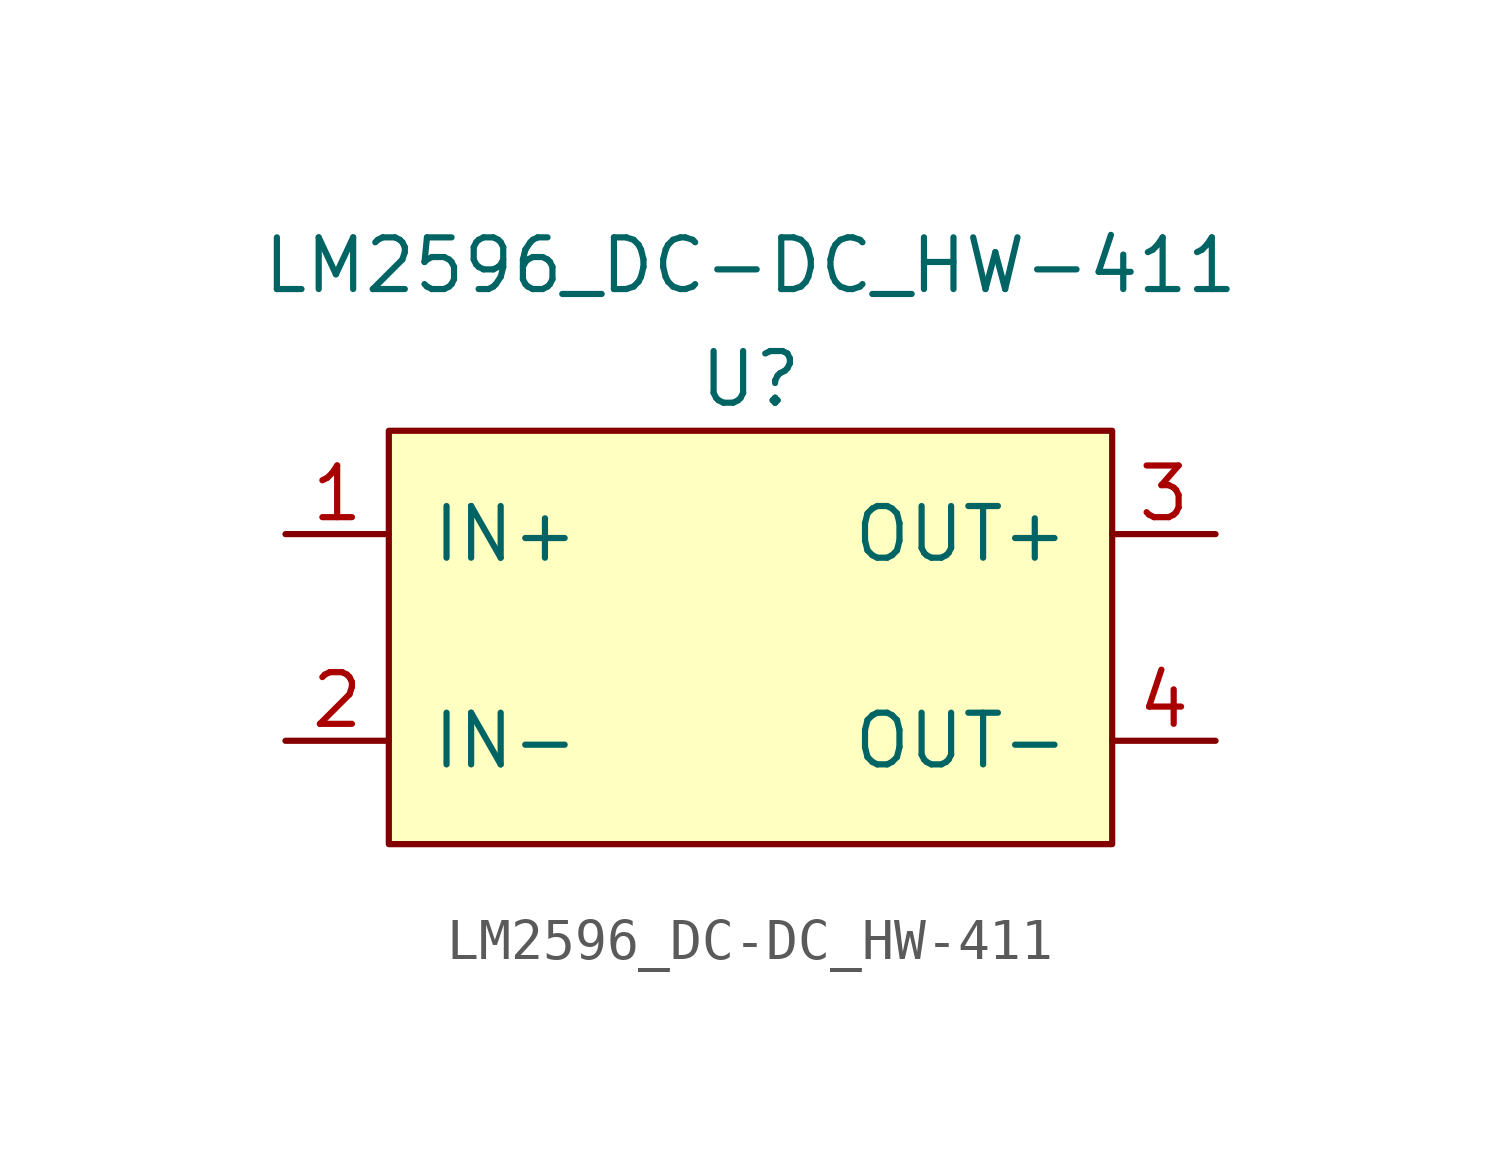
<source format=kicad_sym>
(kicad_symbol_lib
  (version 20231120)
  (generator "kicad_symbol_editor")
  (generator_version "8.0")
  (symbol "LM2596_DC-DC_HW-411"
    (pin_names
      (offset 1.016))
    (property "Reference" "U"
      (at 0 6.35 0)
      (effects (font (size 1.27 1.27))))
    (property "Value" "LM2596_DC-DC_HW-411"
      (at 0 9.144 0)
      (effects (font (size 1.27 1.27))))
    (symbol "LM2596_DC-DC_HW-411_0_1"
      (rectangle (start -8.89 5.08) (end 8.89 -5.08) (stroke (width 0) (type solid)) (fill (type background))))
    (symbol "LM2596_DC-DC_HW-411_1_1"
      (pin power_in line (at -11.43 2.54 0) (length 2.54) (name "IN+" (effects (font (size 1.27 1.27)))) (number "1" (effects (font (size 1.27 1.27)))))
      (pin power_in line (at -11.43 -2.54 0) (length 2.54) (name "IN-" (effects (font (size 1.27 1.27)))) (number "2" (effects (font (size 1.27 1.27)))))
      (pin power_out line (at 11.43 2.54 180) (length 2.54) (name "OUT+" (effects (font (size 1.27 1.27)))) (number "3" (effects (font (size 1.27 1.27)))))
      (pin power_out line (at 11.43 -2.54 180) (length 2.54) (name "OUT-" (effects (font (size 1.27 1.27)))) (number "4" (effects (font (size 1.27 1.27))))))))
</source>
